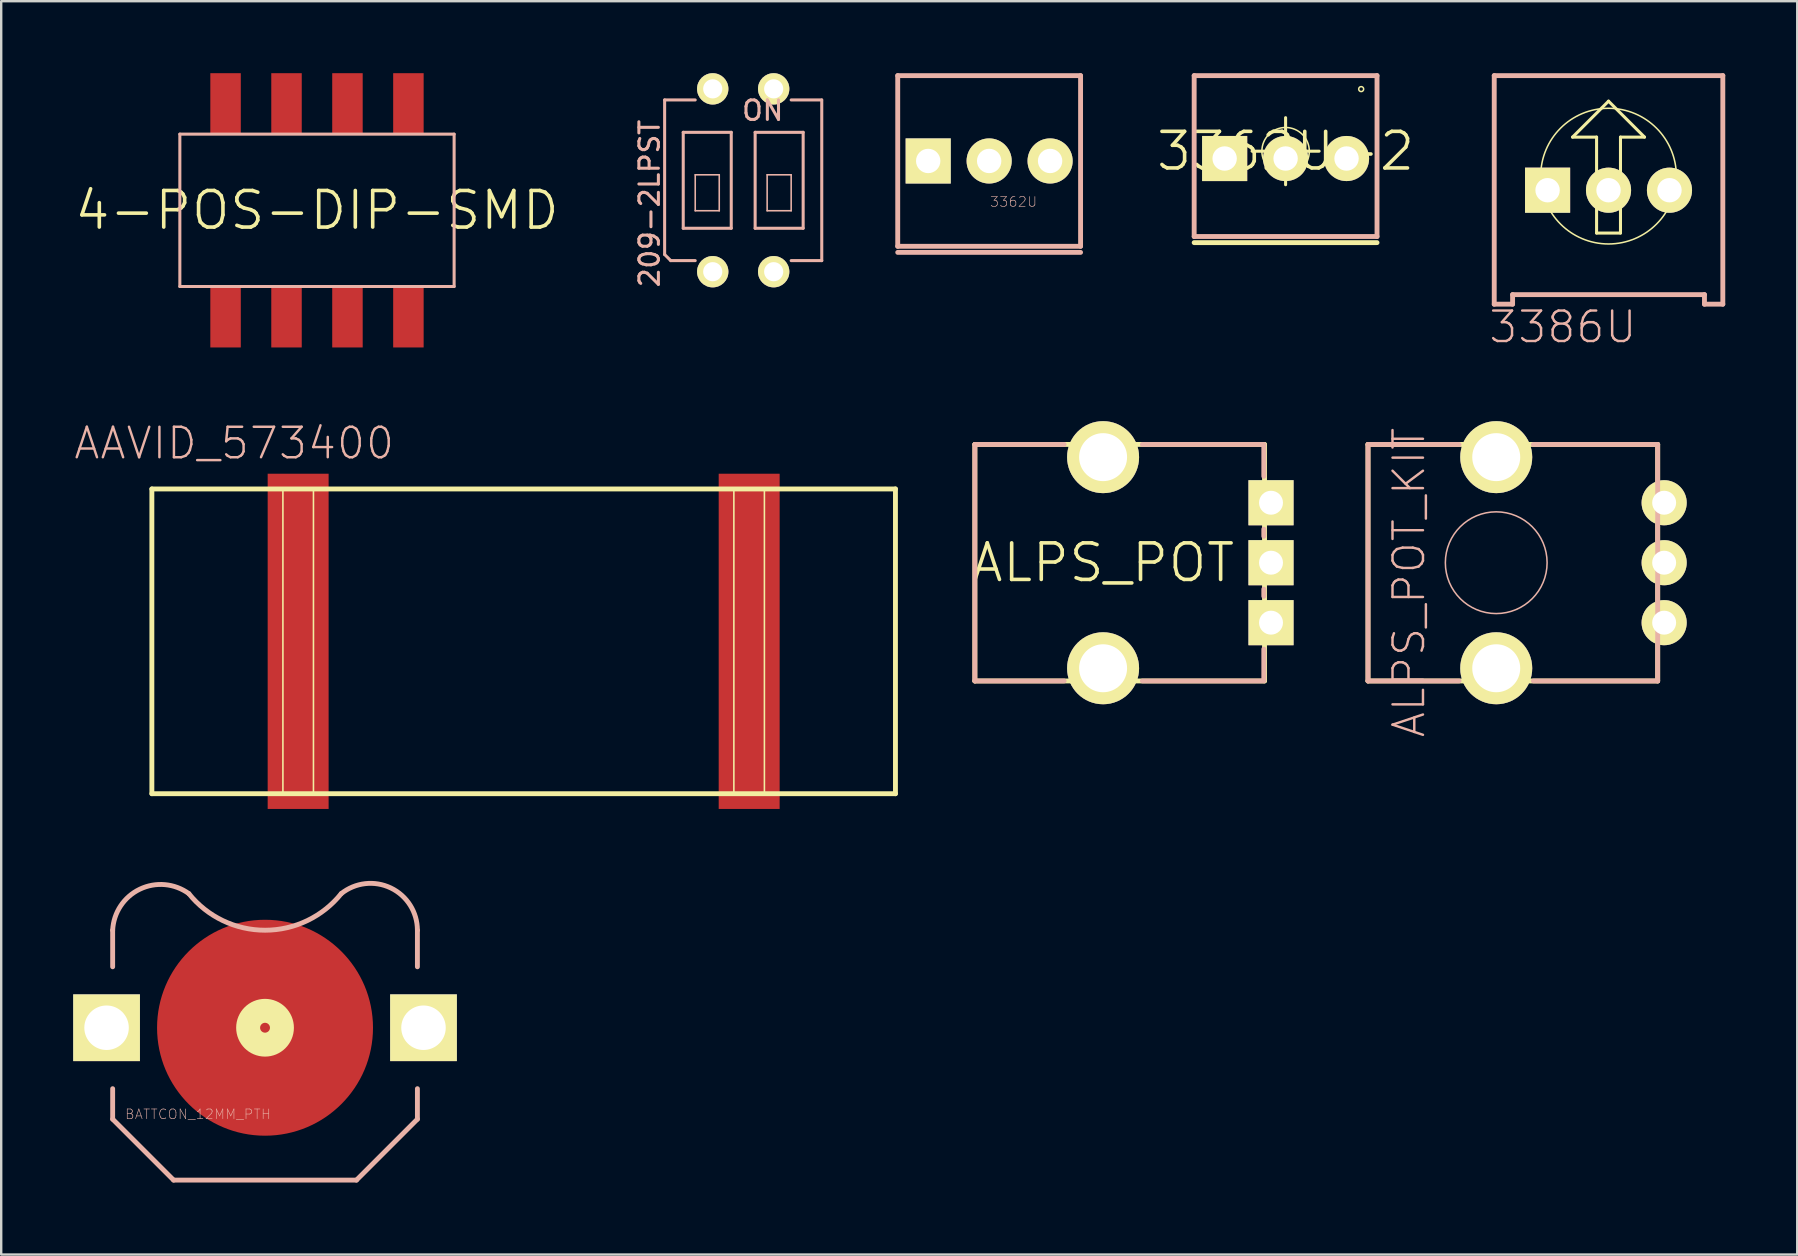
<source format=kicad_pcb>
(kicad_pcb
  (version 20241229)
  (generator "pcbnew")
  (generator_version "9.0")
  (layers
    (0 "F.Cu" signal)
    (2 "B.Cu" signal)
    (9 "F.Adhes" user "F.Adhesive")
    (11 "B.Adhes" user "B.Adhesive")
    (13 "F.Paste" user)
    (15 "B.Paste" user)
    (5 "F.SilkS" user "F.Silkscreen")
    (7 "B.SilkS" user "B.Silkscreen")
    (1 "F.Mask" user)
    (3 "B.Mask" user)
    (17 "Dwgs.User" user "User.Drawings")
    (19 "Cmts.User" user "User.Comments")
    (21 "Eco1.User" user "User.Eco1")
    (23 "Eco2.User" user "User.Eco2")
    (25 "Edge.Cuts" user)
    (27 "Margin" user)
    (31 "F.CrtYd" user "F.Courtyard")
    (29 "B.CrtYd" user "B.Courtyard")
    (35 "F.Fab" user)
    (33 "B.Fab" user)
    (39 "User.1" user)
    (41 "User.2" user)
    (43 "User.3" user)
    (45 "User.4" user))
  (footprint "ALPS_POT_KIT"
    (layer "F.Cu")
    (at 59.304 20.4)
    (property "Reference" "ALPS_POT_KIT" (at -3.635 0.823 90) (layer "B.SilkS") (effects (font (size 1.27 1.27) (thickness 0.102))))
    (attr exclude_from_pos_files exclude_from_bom)
    (fp_line (start -5.344 -4.928) (end 6.728 -4.928) (stroke (width 0.203) (type solid)) (layer "F.SilkS"))
    (fp_line (start -5.344 4.928) (end -5.344 -4.928) (stroke (width 0.203) (type solid)) (layer "F.SilkS"))
    (fp_line (start 6.728 -4.928) (end 6.728 4.928) (stroke (width 0.203) (type solid)) (layer "F.SilkS"))
    (fp_line (start 6.728 4.928) (end -5.344 4.928) (stroke (width 0.203) (type solid)) (layer "F.SilkS"))
    (fp_circle (center 0 -4.399) (end -0.813 -5.212) (stroke (width 0) (type solid)) (fill yes) (layer "F.SilkS"))
    (fp_circle (center 0 -4.399) (end -0.498 -4.897) (stroke (width 0) (type solid)) (fill yes) (layer "F.SilkS"))
    (fp_circle (center 0 4.399) (end -0.813 5.212) (stroke (width 0) (type solid)) (fill yes) (layer "F.SilkS"))
    (fp_circle (center 0 4.399) (end -0.498 4.897) (stroke (width 0) (type solid)) (fill yes) (layer "F.SilkS"))
    (fp_circle (center 6.998 -2.499) (end 7.247 -2.748) (stroke (width 0) (type solid)) (fill yes) (layer "F.SilkS"))
    (fp_circle (center 6.998 -2.499) (end 7.531 -3.033) (stroke (width 0) (type solid)) (fill yes) (layer "F.SilkS"))
    (fp_circle (center 6.998 0) (end 7.247 0.249) (stroke (width 0) (type solid)) (fill yes) (layer "F.SilkS"))
    (fp_circle (center 6.998 0) (end 7.531 0.533) (stroke (width 0) (type solid)) (fill yes) (layer "F.SilkS"))
    (fp_circle (center 6.998 2.499) (end 7.247 2.748) (stroke (width 0) (type solid)) (fill yes) (layer "F.SilkS"))
    (fp_circle (center 6.998 2.499) (end 7.531 3.033) (stroke (width 0) (type solid)) (fill yes) (layer "F.SilkS"))
    (fp_line (start -5.344 -4.928) (end -1.549 -4.928) (stroke (width 0.203) (type solid)) (layer "B.SilkS"))
    (fp_line (start -5.344 4.928) (end -5.344 -4.928) (stroke (width 0.203) (type solid)) (layer "B.SilkS"))
    (fp_line (start -1.549 4.928) (end -5.344 4.928) (stroke (width 0.203) (type solid)) (layer "B.SilkS"))
    (fp_line (start 1.549 -4.928) (end 6.728 -4.928) (stroke (width 0.203) (type solid)) (layer "B.SilkS"))
    (fp_line (start 6.728 -4.928) (end 6.728 4.928) (stroke (width 0.203) (type solid)) (layer "B.SilkS"))
    (fp_line (start 6.728 4.928) (end 1.549 4.928) (stroke (width 0.203) (type solid)) (layer "B.SilkS"))
    (fp_circle (center 0 0) (end -1.499 1.499) (stroke (width 0.064) (type solid)) (fill no) (layer "B.SilkS"))
    (pad "P$1" thru_hole circle (at 6.998 2.499) (size 1.88 1.88) (drill 0.998) (layers "*.Cu" "F.Mask" "F.SilkS" "F.Paste"))
    (pad "P$2" thru_hole circle (at 6.998 0) (size 1.88 1.88) (drill 0.998) (layers "*.Cu" "F.Mask" "F.SilkS" "F.Paste"))
    (pad "P$3" thru_hole circle (at 6.998 -2.499) (size 1.88 1.88) (drill 0.998) (layers "*.Cu" "F.Mask" "F.SilkS" "F.Paste"))
    (pad "P$4" thru_hole circle (at 0 4.399) (size 3 3) (drill 1.999) (layers "*.Cu" "F.Mask" "F.SilkS" "F.Paste"))
    (pad "P$5" thru_hole circle (at 0 -4.399) (size 3 3) (drill 1.999) (layers "*.Cu" "F.Mask" "F.SilkS" "F.Paste")))
  (footprint "4-POS-DIP-SMD"
    (layer "F.Cu")
    (at 10.16 5.715)
    (property "Reference" "4-POS-DIP-SMD" (at 0 0 0) (layer "F.SilkS") (effects (font (size 1.524 1.524) (thickness 0.15))))
    (attr smd)
    (fp_line (start -5.715 -3.175) (end 5.715 -3.175) (stroke (width 0.127) (type solid)) (layer "B.SilkS"))
    (fp_line (start -5.715 3.175) (end -5.715 -3.175) (stroke (width 0.127) (type solid)) (layer "B.SilkS"))
    (fp_line (start 5.715 -3.175) (end 5.715 3.175) (stroke (width 0.127) (type solid)) (layer "B.SilkS"))
    (fp_line (start 5.715 3.175) (end -5.715 3.175) (stroke (width 0.127) (type solid)) (layer "B.SilkS"))
    (pad "1" smd rect (at -3.81 -4.445 90) (size 2.54 1.27) (layers "F.Cu" "F.Mask" "F.Paste"))
    (pad "2" smd rect (at -1.27 -4.445 90) (size 2.54 1.27) (layers "F.Cu" "F.Mask" "F.Paste"))
    (pad "3" smd rect (at 1.27 -4.445 90) (size 2.54 1.27) (layers "F.Cu" "F.Mask" "F.Paste"))
    (pad "4" smd rect (at 3.81 -4.445 90) (size 2.54 1.27) (layers "F.Cu" "F.Mask" "F.Paste"))
    (pad "5" smd rect (at 3.81 4.445 90) (size 2.54 1.27) (layers "F.Cu" "F.Mask" "F.Paste"))
    (pad "6" smd rect (at 1.27 4.445 90) (size 2.54 1.27) (layers "F.Cu" "F.Mask" "F.Paste"))
    (pad "7" smd rect (at -1.27 4.445 90) (size 2.54 1.27) (layers "F.Cu" "F.Mask" "F.Paste"))
    (pad "8" smd rect (at -3.81 4.445 90) (size 2.54 1.27) (layers "F.Cu" "F.Mask" "F.Paste")))
  (footprint "3362U-2"
    (layer "F.Cu")
    (at 50.526 3.251)
    (property "Reference" "3362U-2" (at 0 0 0) (layer "F.SilkS") (effects (font (size 1.524 1.524) (thickness 0.15))))
    (attr exclude_from_pos_files exclude_from_bom)
    (fp_line (start -3.81 3.81) (end 3.81 3.81) (stroke (width 0.203) (type solid)) (layer "F.SilkS"))
    (fp_line (start 0 -1.397) (end 0 1.397) (stroke (width 0.127) (type solid)) (layer "F.SilkS"))
    (fp_line (start 1.397 0) (end -1.397 0) (stroke (width 0.127) (type solid)) (layer "F.SilkS"))
    (fp_circle (center 0 0) (end -0.699 0.699) (stroke (width 0.064) (type solid)) (fill no) (layer "F.SilkS"))
    (fp_circle (center 3.15 -2.588) (end 3.223 -2.662) (stroke (width 0.064) (type solid)) (fill no) (layer "F.SilkS"))
    (fp_line (start -3.81 -3.15) (end -3.81 3.556) (stroke (width 0.203) (type solid)) (layer "B.SilkS"))
    (fp_line (start -3.81 3.556) (end 3.81 3.556) (stroke (width 0.203) (type solid)) (layer "B.SilkS"))
    (fp_line (start 3.81 -3.15) (end -3.81 -3.15) (stroke (width 0.203) (type solid)) (layer "B.SilkS"))
    (fp_line (start 3.81 3.556) (end 3.81 -3.15) (stroke (width 0.203) (type solid)) (layer "B.SilkS"))
    (pad "1" thru_hole rect (at -2.54 0.305) (size 1.88 1.88) (drill 1.016) (layers "*.Cu" "F.Mask" "F.SilkS" "F.Paste"))
    (pad "2" thru_hole circle (at 0 0.305) (size 1.88 1.88) (drill 1.016) (layers "*.Cu" "F.Mask" "F.SilkS" "F.Paste"))
    (pad "3" thru_hole circle (at 2.54 0.305) (size 1.88 1.88) (drill 1.016) (layers "*.Cu" "F.Mask" "F.SilkS" "F.Paste")))
  (footprint "BATTCON_12MM_PTH"
    (layer "F.Cu")
    (at 7.995 39.78)
    (property "Reference" "BATTCON_12MM_PTH" (at -2.794 3.604 0) (layer "B.SilkS") (effects (font (size 0.406 0.406) (thickness 0.025))))
    (attr smd)
    (fp_circle (center 0 0) (end -0.498 0.498) (stroke (width 0.998) (type solid)) (fill no) (layer "F.SilkS"))
    (fp_line (start -6.35 -2.54) (end -6.35 -4.064) (stroke (width 0.203) (type solid)) (layer "B.SilkS"))
    (fp_line (start -6.35 3.81) (end -6.35 2.54) (stroke (width 0.203) (type solid)) (layer "B.SilkS"))
    (fp_line (start -6.35 3.81) (end -3.81 6.35) (stroke (width 0.203) (type solid)) (layer "B.SilkS"))
    (fp_line (start -3.81 6.35) (end 3.81 6.35) (stroke (width 0.203) (type solid)) (layer "B.SilkS"))
    (fp_line (start 3.81 6.35) (end 6.35 3.81) (stroke (width 0.203) (type solid)) (layer "B.SilkS"))
    (fp_line (start 6.35 -2.54) (end 6.35 -4.064) (stroke (width 0.203) (type solid)) (layer "B.SilkS"))
    (fp_line (start 6.35 3.81) (end 6.35 2.54) (stroke (width 0.203) (type solid)) (layer "B.SilkS"))
    (fp_arc (start -6.35 -4.064) (mid -5.21754 -5.773876) (end -3.174985 -5.589185) (stroke (width 0.2032) (type solid)) (layer "B.SilkS"))
    (fp_arc (start 3.175 -5.588) (mid 0.002439 -4.063921) (end -3.171947 -5.584196) (stroke (width 0.2032) (type solid)) (layer "B.SilkS"))
    (fp_arc (start 3.175 -5.588) (mid 5.2417 -5.825042) (end 6.35 -4.064613) (stroke (width 0.2032) (type solid)) (layer "B.SilkS"))
    (pad "GND" smd circle (at 0 0) (size 8.999 8.999) (layers "F.Cu" "F.Mask" "F.Paste"))
    (pad "VCC@" thru_hole rect (at -6.604 0) (size 2.781 2.781) (drill 1.854) (layers "*.Cu" "F.Mask" "F.SilkS" "F.Paste"))
    (pad "VCC@" thru_hole rect (at 6.604 0) (size 2.781 2.781) (drill 1.854) (layers "*.Cu" "F.Mask" "F.SilkS" "F.Paste")))
  (footprint "3362U"
    (layer "F.Cu")
    (at 35.632 6.198)
    (property "Reference" "3362U" (at 3.556 -0.838 0) (layer "B.SilkS") (effects (font (size 0.406 0.406) (thickness 0.025))))
    (attr exclude_from_pos_files exclude_from_bom)
    (fp_line (start -1.27 -6.096) (end -1.27 1.016) (stroke (width 0.203) (type solid)) (layer "B.SilkS"))
    (fp_line (start -1.27 1.016) (end 6.35 1.016) (stroke (width 0.203) (type solid)) (layer "B.SilkS"))
    (fp_line (start -1.27 1.27) (end 6.35 1.27) (stroke (width 0.203) (type solid)) (layer "B.SilkS"))
    (fp_line (start 6.35 -6.096) (end -1.27 -6.096) (stroke (width 0.203) (type solid)) (layer "B.SilkS"))
    (fp_line (start 6.35 1.016) (end 6.35 -6.096) (stroke (width 0.203) (type solid)) (layer "B.SilkS"))
    (pad "P$1" thru_hole rect (at 0 -2.54) (size 1.88 1.88) (drill 1.016) (layers "*.Cu" "F.Mask" "F.SilkS" "F.Paste"))
    (pad "P$2" thru_hole circle (at 2.54 -2.54) (size 1.88 1.88) (drill 1.016) (layers "*.Cu" "F.Mask" "F.SilkS" "F.Paste"))
    (pad "P$3" thru_hole circle (at 5.08 -2.54) (size 1.88 1.88) (drill 1.016) (layers "*.Cu" "F.Mask" "F.SilkS" "F.Paste")))
  (footprint "AAVID_573400"
    (layer "F.Cu")
    (at 18.773 23.677)
    (property "Reference" "AAVID_573400" (at -12.065 -8.255 0) (layer "B.SilkS") (effects (font (size 1.27 1.27) (thickness 0.102))))
    (attr smd)
    (fp_line (start -15.494 -6.35) (end 15.494 -6.35) (stroke (width 0.203) (type solid)) (layer "F.SilkS"))
    (fp_line (start -15.494 6.35) (end -15.494 -6.35) (stroke (width 0.203) (type solid)) (layer "F.SilkS"))
    (fp_line (start -10.033 -6.35) (end -8.76 -6.35) (stroke (width 0.066) (type solid)) (layer "F.SilkS"))
    (fp_line (start -10.033 6.35) (end -10.033 -6.35) (stroke (width 0.066) (type solid)) (layer "F.SilkS"))
    (fp_line (start -10.033 6.35) (end -8.76 6.35) (stroke (width 0.066) (type solid)) (layer "F.SilkS"))
    (fp_line (start -8.76 6.35) (end -8.76 -6.35) (stroke (width 0.066) (type solid)) (layer "F.SilkS"))
    (fp_line (start 8.76 -6.35) (end 10.033 -6.35) (stroke (width 0.066) (type solid)) (layer "F.SilkS"))
    (fp_line (start 8.76 6.35) (end 8.76 -6.35) (stroke (width 0.066) (type solid)) (layer "F.SilkS"))
    (fp_line (start 8.76 6.35) (end 10.033 6.35) (stroke (width 0.066) (type solid)) (layer "F.SilkS"))
    (fp_line (start 10.033 6.35) (end 10.033 -6.35) (stroke (width 0.066) (type solid)) (layer "F.SilkS"))
    (fp_line (start 15.494 -6.35) (end 15.494 6.35) (stroke (width 0.203) (type solid)) (layer "F.SilkS"))
    (fp_line (start 15.494 6.35) (end -15.494 6.35) (stroke (width 0.203) (type solid)) (layer "F.SilkS"))
    (pad "P$1" smd rect (at -9.398 0) (size 2.54 13.97) (layers "F.Cu" "F.Mask" "F.Paste"))
    (pad "P$2" smd rect (at 9.398 0) (size 2.54 13.97) (layers "F.Cu" "F.Mask" "F.Paste")))
  (footprint "3386U"
    (layer "F.Cu")
    (at 63.984 4.864)
    (property "Reference" "3386U" (at -1.905 5.715 0) (layer "B.SilkS") (effects (font (size 1.27 1.27) (thickness 0.102))))
    (attr exclude_from_pos_files exclude_from_bom)
    (fp_line (start -1.499 -2.2) (end -0.498 -2.2) (stroke (width 0.127) (type solid)) (layer "F.SilkS"))
    (fp_line (start -0.498 -2.2) (end -0.498 1.798) (stroke (width 0.127) (type solid)) (layer "F.SilkS"))
    (fp_line (start -0.498 1.798) (end 0.498 1.798) (stroke (width 0.127) (type solid)) (layer "F.SilkS"))
    (fp_line (start 0 -3.698) (end -1.499 -2.2) (stroke (width 0.127) (type solid)) (layer "F.SilkS"))
    (fp_line (start 0.498 -2.2) (end 1.499 -2.2) (stroke (width 0.127) (type solid)) (layer "F.SilkS"))
    (fp_line (start 0.498 1.798) (end 0.498 -2.2) (stroke (width 0.127) (type solid)) (layer "F.SilkS"))
    (fp_line (start 1.499 -2.2) (end 0 -3.698) (stroke (width 0.127) (type solid)) (layer "F.SilkS"))
    (fp_circle (center 0 -0.574) (end -1.999 -2.573) (stroke (width 0.064) (type solid)) (fill no) (layer "F.SilkS"))
    (fp_line (start -4.763 -4.763) (end -4.763 4.763) (stroke (width 0.203) (type solid)) (layer "B.SilkS"))
    (fp_line (start -4.763 4.763) (end -3.998 4.763) (stroke (width 0.203) (type solid)) (layer "B.SilkS"))
    (fp_line (start -3.998 4.364) (end 3.998 4.364) (stroke (width 0.203) (type solid)) (layer "B.SilkS"))
    (fp_line (start -3.998 4.763) (end -3.998 4.364) (stroke (width 0.203) (type solid)) (layer "B.SilkS"))
    (fp_line (start 3.998 4.364) (end 3.998 4.763) (stroke (width 0.203) (type solid)) (layer "B.SilkS"))
    (fp_line (start 3.998 4.763) (end 4.763 4.763) (stroke (width 0.203) (type solid)) (layer "B.SilkS"))
    (fp_line (start 4.763 -4.763) (end -4.763 -4.763) (stroke (width 0.203) (type solid)) (layer "B.SilkS"))
    (fp_line (start 4.763 4.763) (end 4.763 -4.763) (stroke (width 0.203) (type solid)) (layer "B.SilkS"))
    (pad "1" thru_hole rect (at -2.54 0.013) (size 1.88 1.88) (drill 1.016) (layers "*.Cu" "F.Mask" "F.SilkS" "F.Paste"))
    (pad "2" thru_hole circle (at 0 0.013) (size 1.88 1.88) (drill 1.016) (layers "*.Cu" "F.Mask" "F.SilkS" "F.Paste"))
    (pad "3" thru_hole circle (at 2.54 0.013) (size 1.88 1.88) (drill 1.016) (layers "*.Cu" "F.Mask" "F.SilkS" "F.Paste")))
  (footprint "ALPS_POT"
    (layer "F.Cu")
    (at 42.92 20.4)
    (property "Reference" "ALPS_POT" (at 0 0 0) (layer "F.SilkS") (effects (font (size 1.524 1.524) (thickness 0.15))))
    (attr exclude_from_pos_files exclude_from_bom)
    (fp_line (start -5.344 -4.928) (end 6.728 -4.928) (stroke (width 0.203) (type solid)) (layer "F.SilkS"))
    (fp_line (start -5.344 4.928) (end -5.344 -4.928) (stroke (width 0.203) (type solid)) (layer "F.SilkS"))
    (fp_line (start 6.728 -4.928) (end 6.728 4.928) (stroke (width 0.203) (type solid)) (layer "F.SilkS"))
    (fp_line (start 6.728 4.928) (end -5.344 4.928) (stroke (width 0.203) (type solid)) (layer "F.SilkS"))
    (fp_line (start -5.344 -4.928) (end -5.344 4.928) (stroke (width 0.203) (type solid)) (layer "B.SilkS"))
    (fp_line (start -5.344 -4.928) (end -1.623 -4.928) (stroke (width 0.203) (type solid)) (layer "B.SilkS"))
    (fp_line (start -5.344 4.928) (end -1.623 4.928) (stroke (width 0.203) (type solid)) (layer "B.SilkS"))
    (fp_line (start 1.638 -4.928) (end 6.698 -4.928) (stroke (width 0.203) (type solid)) (layer "B.SilkS"))
    (fp_line (start 1.638 4.928) (end 6.698 4.928) (stroke (width 0.203) (type solid)) (layer "B.SilkS"))
    (fp_line (start 6.698 -4.928) (end 6.698 -3.599) (stroke (width 0.203) (type solid)) (layer "B.SilkS"))
    (fp_line (start 6.698 -1.4) (end 6.698 -1.1) (stroke (width 0.203) (type solid)) (layer "B.SilkS"))
    (fp_line (start 6.698 1.1) (end 6.698 1.4) (stroke (width 0.203) (type solid)) (layer "B.SilkS"))
    (fp_line (start 6.698 3.599) (end 6.698 4.9) (stroke (width 0.203) (type solid)) (layer "B.SilkS"))
    (pad "P$1" thru_hole rect (at 6.998 2.499) (size 1.88 1.88) (drill 0.998) (layers "*.Cu" "F.Mask" "F.SilkS" "F.Paste"))
    (pad "P$2" thru_hole rect (at 6.998 0) (size 1.88 1.88) (drill 0.998) (layers "*.Cu" "F.Mask" "F.SilkS" "F.Paste"))
    (pad "P$3" thru_hole rect (at 6.998 -2.499) (size 1.88 1.88) (drill 0.998) (layers "*.Cu" "F.Mask" "F.SilkS" "F.Paste"))
    (pad "P$4" thru_hole circle (at 0 4.399) (size 3 3) (drill 1.999) (layers "*.Cu" "F.Mask" "F.SilkS" "F.Paste"))
    (pad "P$5" thru_hole circle (at 0 -4.399) (size 3 3) (drill 1.999) (layers "*.Cu" "F.Mask" "F.SilkS" "F.Paste")))
  (footprint "209-2LPST"
    (layer "F.Cu")
    (at 27.922 4.463)
    (property "Reference" "209-2LPST" (at -3.904 0.968 90) (layer "B.SilkS") (effects (font (size 0.813 0.813) (thickness 0.127))))
    (attr exclude_from_pos_files exclude_from_bom)
    (fp_line (start -3.274 -3.348) (end -1.999 -3.348) (stroke (width 0.127) (type solid)) (layer "B.SilkS"))
    (fp_line (start -3.274 3.094) (end -3.274 -3.348) (stroke (width 0.127) (type solid)) (layer "B.SilkS"))
    (fp_line (start -3.02 3.348) (end -3.274 3.094) (stroke (width 0.127) (type solid)) (layer "B.SilkS"))
    (fp_line (start -2.499 -1.999) (end -2.499 1.999) (stroke (width 0.127) (type solid)) (layer "B.SilkS"))
    (fp_line (start -2.499 1.999) (end -0.498 1.999) (stroke (width 0.127) (type solid)) (layer "B.SilkS"))
    (fp_line (start -1.999 -0.229) (end -0.998 -0.229) (stroke (width 0.066) (type solid)) (layer "B.SilkS"))
    (fp_line (start -1.999 1.27) (end -1.999 -0.229) (stroke (width 0.066) (type solid)) (layer "B.SilkS"))
    (fp_line (start -1.999 1.27) (end -0.998 1.27) (stroke (width 0.066) (type solid)) (layer "B.SilkS"))
    (fp_line (start -1.999 3.348) (end -3.02 3.348) (stroke (width 0.127) (type solid)) (layer "B.SilkS"))
    (fp_line (start -0.998 1.27) (end -0.998 -0.229) (stroke (width 0.066) (type solid)) (layer "B.SilkS"))
    (fp_line (start -0.498 -1.999) (end -2.499 -1.999) (stroke (width 0.127) (type solid)) (layer "B.SilkS"))
    (fp_line (start -0.498 1.999) (end -0.498 -1.999) (stroke (width 0.127) (type solid)) (layer "B.SilkS"))
    (fp_line (start 0.498 -1.999) (end 0.498 1.999) (stroke (width 0.127) (type solid)) (layer "B.SilkS"))
    (fp_line (start 0.498 1.999) (end 2.499 1.999) (stroke (width 0.127) (type solid)) (layer "B.SilkS"))
    (fp_line (start 0.998 -0.229) (end 1.999 -0.229) (stroke (width 0.066) (type solid)) (layer "B.SilkS"))
    (fp_line (start 0.998 1.27) (end 0.998 -0.229) (stroke (width 0.066) (type solid)) (layer "B.SilkS"))
    (fp_line (start 0.998 1.27) (end 1.999 1.27) (stroke (width 0.066) (type solid)) (layer "B.SilkS"))
    (fp_line (start 1.999 -3.348) (end 3.269 -3.348) (stroke (width 0.127) (type solid)) (layer "B.SilkS"))
    (fp_line (start 1.999 1.27) (end 1.999 -0.229) (stroke (width 0.066) (type solid)) (layer "B.SilkS"))
    (fp_line (start 2.499 -1.999) (end 0.498 -1.999) (stroke (width 0.127) (type solid)) (layer "B.SilkS"))
    (fp_line (start 2.499 1.999) (end 2.499 -1.999) (stroke (width 0.127) (type solid)) (layer "B.SilkS"))
    (fp_line (start 3.274 -3.348) (end 3.274 3.348) (stroke (width 0.127) (type solid)) (layer "B.SilkS"))
    (fp_line (start 3.274 3.348) (end 1.999 3.348) (stroke (width 0.127) (type solid)) (layer "B.SilkS"))
    (fp_text user "ON" (at 0.813 -2.906 0) (layer "B.SilkS") (effects (font (size 0.813 0.813) (thickness 0.127))))
    (pad "1" thru_hole circle (at -1.27 3.81) (size 1.306 1.306) (drill 0.798) (layers "*.Cu" "F.Mask" "F.SilkS" "F.Paste"))
    (pad "2" thru_hole circle (at 1.27 3.81) (size 1.306 1.306) (drill 0.798) (layers "*.Cu" "F.Mask" "F.SilkS" "F.Paste"))
    (pad "3" thru_hole circle (at 1.27 -3.81) (size 1.306 1.306) (drill 0.798) (layers "*.Cu" "F.Mask" "F.SilkS" "F.Paste"))
    (pad "4" thru_hole circle (at -1.27 -3.81) (size 1.306 1.306) (drill 0.798) (layers "*.Cu" "F.Mask" "F.SilkS" "F.Paste")))
  (gr_rect
    (start -3 -3)
    (end 71.848 49.232)
    (stroke (width 0.1) (type default))
    (fill no)
    (layer "Edge.Cuts")))
</source>
